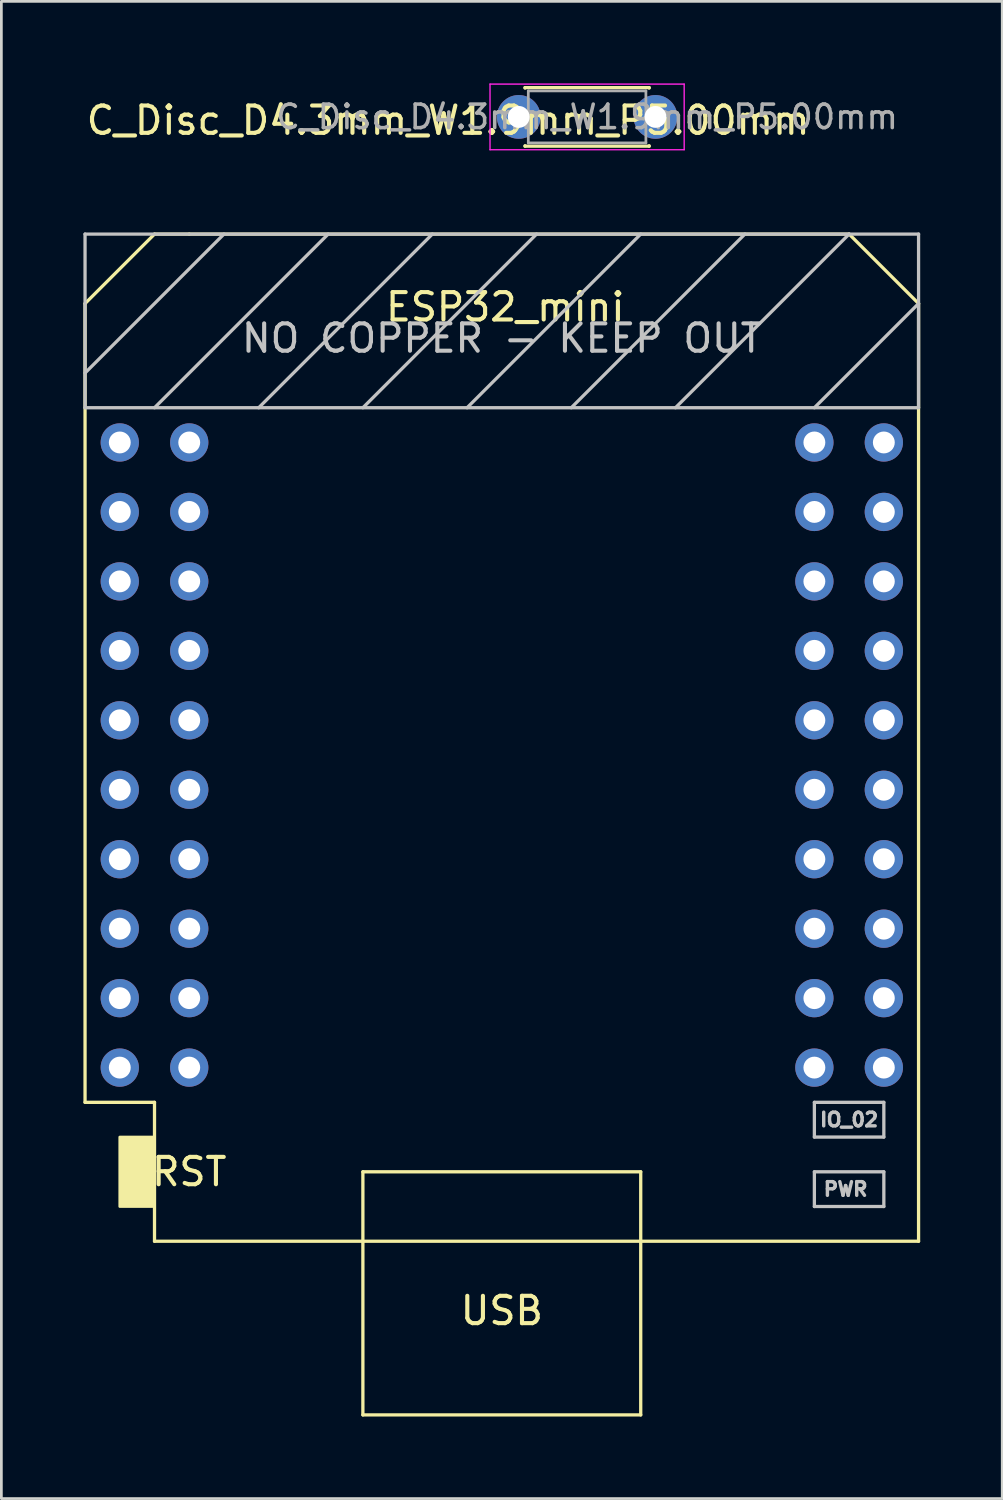
<source format=kicad_pcb>
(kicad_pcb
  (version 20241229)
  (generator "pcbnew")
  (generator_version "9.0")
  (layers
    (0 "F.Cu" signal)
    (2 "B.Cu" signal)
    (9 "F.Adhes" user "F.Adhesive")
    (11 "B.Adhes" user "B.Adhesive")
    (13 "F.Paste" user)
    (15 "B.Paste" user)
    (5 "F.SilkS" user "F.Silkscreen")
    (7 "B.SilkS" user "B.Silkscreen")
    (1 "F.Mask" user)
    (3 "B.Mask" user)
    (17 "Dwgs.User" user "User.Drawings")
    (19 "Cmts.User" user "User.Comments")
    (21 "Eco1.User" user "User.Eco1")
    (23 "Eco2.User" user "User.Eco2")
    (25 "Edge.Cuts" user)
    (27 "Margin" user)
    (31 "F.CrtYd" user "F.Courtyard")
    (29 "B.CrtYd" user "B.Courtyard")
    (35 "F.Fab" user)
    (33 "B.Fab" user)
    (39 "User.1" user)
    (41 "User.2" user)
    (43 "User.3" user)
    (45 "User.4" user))
  (footprint "ESP32_mini"
    (layer "F.Cu")
    (at 15.3 24.56)
    (property "Reference" "ESP32_mini" (at 0.127 -16.383 0) (layer "F.SilkS") (effects (font (size 1 1) (thickness 0.15))))
    (attr through_hole)
    (fp_line (start -15.24 -16.51) (end -15.24 12.7) (stroke (width 0.12) (type solid)) (layer "F.SilkS"))
    (fp_line (start -15.24 12.7) (end -12.7 12.7) (stroke (width 0.12) (type solid)) (layer "F.SilkS"))
    (fp_line (start -12.7 -19.05) (end -15.24 -16.51) (stroke (width 0.12) (type solid)) (layer "F.SilkS"))
    (fp_line (start -12.7 -19.05) (end -11.43 -19.05) (stroke (width 0.12) (type solid)) (layer "F.SilkS"))
    (fp_line (start -12.7 12.7) (end -12.7 17.78) (stroke (width 0.12) (type solid)) (layer "F.SilkS"))
    (fp_line (start -12.7 17.78) (end 15.24 17.78) (stroke (width 0.12) (type solid)) (layer "F.SilkS"))
    (fp_line (start -5.08 15.24) (end 5.08 15.24) (stroke (width 0.12) (type solid)) (layer "F.SilkS"))
    (fp_line (start -5.08 17.78) (end -5.08 15.24) (stroke (width 0.12) (type solid)) (layer "F.SilkS"))
    (fp_line (start -5.08 17.78) (end -5.08 24.13) (stroke (width 0.12) (type solid)) (layer "F.SilkS"))
    (fp_line (start -5.08 24.13) (end 5.08 24.13) (stroke (width 0.12) (type solid)) (layer "F.SilkS"))
    (fp_line (start 5.08 15.24) (end 5.08 17.78) (stroke (width 0.12) (type solid)) (layer "F.SilkS"))
    (fp_line (start 5.08 24.13) (end 5.08 17.78) (stroke (width 0.12) (type solid)) (layer "F.SilkS"))
    (fp_line (start 12.7 -19.05) (end -11.43 -19.05) (stroke (width 0.12) (type solid)) (layer "F.SilkS"))
    (fp_line (start 12.7 -19.05) (end 15.24 -16.51) (stroke (width 0.12) (type solid)) (layer "F.SilkS"))
    (fp_line (start 15.24 -16.51) (end 15.24 17.78) (stroke (width 0.12) (type solid)) (layer "F.SilkS"))
    (fp_poly (pts (xy -13.97 16.51) (xy -13.97 13.97) (xy -12.7 13.97) (xy -12.7 16.51)) (stroke (width 0.1) (type solid)) (fill yes) (layer "F.SilkS"))
    (fp_line (start -15.24 -19.05) (end -15.24 -12.7) (stroke (width 0.12) (type solid)) (layer "Dwgs.User"))
    (fp_line (start -15.24 -12.7) (end 15.24 -12.7) (stroke (width 0.12) (type solid)) (layer "Dwgs.User"))
    (fp_line (start -10.16 -19.05) (end -15.24 -13.97) (stroke (width 0.12) (type solid)) (layer "Dwgs.User"))
    (fp_line (start -6.35 -19.05) (end -12.7 -12.7) (stroke (width 0.12) (type solid)) (layer "Dwgs.User"))
    (fp_line (start -2.54 -19.05) (end -8.89 -12.7) (stroke (width 0.12) (type solid)) (layer "Dwgs.User"))
    (fp_line (start 1.27 -19.05) (end -5.08 -12.7) (stroke (width 0.12) (type solid)) (layer "Dwgs.User"))
    (fp_line (start 5.08 -19.05) (end -1.27 -12.7) (stroke (width 0.12) (type solid)) (layer "Dwgs.User"))
    (fp_line (start 8.89 -19.05) (end 2.54 -12.7) (stroke (width 0.12) (type solid)) (layer "Dwgs.User"))
    (fp_line (start 11.43 12.7) (end 11.43 13.97) (stroke (width 0.12) (type solid)) (layer "Dwgs.User"))
    (fp_line (start 11.43 13.97) (end 13.97 13.97) (stroke (width 0.12) (type solid)) (layer "Dwgs.User"))
    (fp_line (start 11.43 15.24) (end 13.97 15.24) (stroke (width 0.12) (type solid)) (layer "Dwgs.User"))
    (fp_line (start 11.43 16.51) (end 11.43 15.24) (stroke (width 0.12) (type solid)) (layer "Dwgs.User"))
    (fp_line (start 12.7 -19.05) (end 6.35 -12.7) (stroke (width 0.12) (type solid)) (layer "Dwgs.User"))
    (fp_line (start 13.97 12.7) (end 11.43 12.7) (stroke (width 0.12) (type solid)) (layer "Dwgs.User"))
    (fp_line (start 13.97 13.97) (end 13.97 12.7) (stroke (width 0.12) (type solid)) (layer "Dwgs.User"))
    (fp_line (start 13.97 15.24) (end 13.97 16.51) (stroke (width 0.12) (type solid)) (layer "Dwgs.User"))
    (fp_line (start 13.97 16.51) (end 11.43 16.51) (stroke (width 0.12) (type solid)) (layer "Dwgs.User"))
    (fp_line (start 15.24 -19.05) (end -15.24 -19.05) (stroke (width 0.12) (type solid)) (layer "Dwgs.User"))
    (fp_line (start 15.24 -16.51) (end 11.43 -12.7) (stroke (width 0.12) (type solid)) (layer "Dwgs.User"))
    (fp_line (start 15.24 -12.7) (end 15.24 -19.05) (stroke (width 0.12) (type solid)) (layer "Dwgs.User"))
    (fp_text user "RST" (at -11.43 15.24 0) (layer "F.SilkS") (effects (font (size 1 1) (thickness 0.15))))
    (fp_text user "USB" (at 0 20.32 0) (layer "F.SilkS") (effects (font (size 1 1) (thickness 0.15))))
    (fp_text user "PWR" (at 12.573 15.875 0) (layer "Dwgs.User") (effects (font (size 0.5 0.5) (thickness 0.125))))
    (fp_text user "IO_02" (at 12.7 13.335 0) (layer "Dwgs.User") (effects (font (size 0.5 0.5) (thickness 0.125))))
    (fp_text user "NO COPPER - KEEP OUT" (at 0 -15.24 0) (layer "Dwgs.User") (effects (font (size 1 1) (thickness 0.15))))
    (pad "1" thru_hole circle (at -13.97 -11.43 270) (size 1.4 1.4) (drill 0.8) (layers "*.Cu" "*.Mask"))
    (pad "2" thru_hole circle (at -11.43 -11.43 270) (size 1.4 1.4) (drill 0.8) (layers "*.Cu" "*.Mask"))
    (pad "3" thru_hole circle (at -13.97 -8.89 270) (size 1.4 1.4) (drill 0.8) (layers "*.Cu" "*.Mask"))
    (pad "4" thru_hole circle (at -11.43 -8.89 270) (size 1.4 1.4) (drill 0.8) (layers "*.Cu" "*.Mask"))
    (pad "5" thru_hole circle (at -13.97 -6.35 270) (size 1.4 1.4) (drill 0.8) (layers "*.Cu" "*.Mask"))
    (pad "6" thru_hole circle (at -11.43 -6.35 270) (size 1.4 1.4) (drill 0.8) (layers "*.Cu" "*.Mask"))
    (pad "7" thru_hole circle (at -13.97 -3.81 270) (size 1.4 1.4) (drill 0.8) (layers "*.Cu" "*.Mask"))
    (pad "8" thru_hole circle (at -11.43 -3.81 270) (size 1.4 1.4) (drill 0.8) (layers "*.Cu" "*.Mask"))
    (pad "9" thru_hole circle (at -13.97 -1.27 270) (size 1.4 1.4) (drill 0.8) (layers "*.Cu" "*.Mask"))
    (pad "10" thru_hole circle (at -11.43 -1.27 270) (size 1.4 1.4) (drill 0.8) (layers "*.Cu" "*.Mask"))
    (pad "11" thru_hole circle (at -13.97 1.27 270) (size 1.4 1.4) (drill 0.8) (layers "*.Cu" "*.Mask"))
    (pad "12" thru_hole circle (at -11.43 1.27 270) (size 1.4 1.4) (drill 0.8) (layers "*.Cu" "*.Mask"))
    (pad "13" thru_hole circle (at -13.97 3.81 270) (size 1.4 1.4) (drill 0.8) (layers "*.Cu" "*.Mask"))
    (pad "14" thru_hole circle (at -11.43 3.81 270) (size 1.4 1.4) (drill 0.8) (layers "*.Cu" "*.Mask"))
    (pad "15" thru_hole circle (at -13.97 6.35 270) (size 1.4 1.4) (drill 0.8) (layers "*.Cu" "*.Mask"))
    (pad "16" thru_hole circle (at -11.43 6.35 270) (size 1.4 1.4) (drill 0.8) (layers "*.Cu" "*.Mask"))
    (pad "17" thru_hole circle (at -13.97 8.89 270) (size 1.4 1.4) (drill 0.8) (layers "*.Cu" "*.Mask"))
    (pad "18" thru_hole circle (at -11.43 8.89 270) (size 1.4 1.4) (drill 0.8) (layers "*.Cu" "*.Mask"))
    (pad "19" thru_hole circle (at -13.97 11.43 270) (size 1.4 1.4) (drill 0.8) (layers "*.Cu" "*.Mask"))
    (pad "20" thru_hole circle (at -11.43 11.43 270) (size 1.4 1.4) (drill 0.8) (layers "*.Cu" "*.Mask"))
    (pad "21" thru_hole circle (at 11.43 -11.43 270) (size 1.4 1.4) (drill 0.8) (layers "*.Cu" "*.Mask"))
    (pad "22" thru_hole circle (at 13.97 -11.43 270) (size 1.4 1.4) (drill 0.8) (layers "*.Cu" "*.Mask"))
    (pad "23" thru_hole circle (at 11.43 -8.89 270) (size 1.4 1.4) (drill 0.8) (layers "*.Cu" "*.Mask"))
    (pad "24" thru_hole circle (at 13.97 -8.89 270) (size 1.4 1.4) (drill 0.8) (layers "*.Cu" "*.Mask"))
    (pad "25" thru_hole circle (at 11.43 -6.35 270) (size 1.4 1.4) (drill 0.8) (layers "*.Cu" "*.Mask"))
    (pad "26" thru_hole circle (at 13.97 -6.35 270) (size 1.4 1.4) (drill 0.8) (layers "*.Cu" "*.Mask"))
    (pad "27" thru_hole circle (at 11.43 -3.81 270) (size 1.4 1.4) (drill 0.8) (layers "*.Cu" "*.Mask"))
    (pad "28" thru_hole circle (at 13.97 -3.81 270) (size 1.4 1.4) (drill 0.8) (layers "*.Cu" "*.Mask"))
    (pad "29" thru_hole circle (at 11.43 -1.27 270) (size 1.4 1.4) (drill 0.8) (layers "*.Cu" "*.Mask"))
    (pad "30" thru_hole circle (at 13.97 -1.27 270) (size 1.4 1.4) (drill 0.8) (layers "*.Cu" "*.Mask"))
    (pad "31" thru_hole circle (at 11.43 1.27 270) (size 1.4 1.4) (drill 0.8) (layers "*.Cu" "*.Mask"))
    (pad "32" thru_hole circle (at 13.97 1.27 270) (size 1.4 1.4) (drill 0.8) (layers "*.Cu" "*.Mask"))
    (pad "33" thru_hole circle (at 11.43 3.81 270) (size 1.4 1.4) (drill 0.8) (layers "*.Cu" "*.Mask"))
    (pad "34" thru_hole circle (at 13.97 3.81 270) (size 1.4 1.4) (drill 0.8) (layers "*.Cu" "*.Mask"))
    (pad "35" thru_hole circle (at 11.43 6.35 270) (size 1.4 1.4) (drill 0.8) (layers "*.Cu" "*.Mask"))
    (pad "36" thru_hole circle (at 13.97 6.35 270) (size 1.4 1.4) (drill 0.8) (layers "*.Cu" "*.Mask"))
    (pad "37" thru_hole circle (at 11.43 8.89 270) (size 1.4 1.4) (drill 0.8) (layers "*.Cu" "*.Mask"))
    (pad "38" thru_hole circle (at 13.97 8.89 270) (size 1.4 1.4) (drill 0.8) (layers "*.Cu" "*.Mask"))
    (pad "39" thru_hole circle (at 11.43 11.43 270) (size 1.4 1.4) (drill 0.8) (layers "*.Cu" "*.Mask"))
    (pad "40" thru_hole circle (at 13.97 11.43 270) (size 1.4 1.4) (drill 0.8) (layers "*.Cu" "*.Mask")))
  (footprint "C_Disc_D4.3mm_W1.9mm_P5.00mm"
    (layer "F.Cu")
    (at 15.919 1.225)
    (property "Reference" "C_Disc_D4.3mm_W1.9mm_P5.00mm" (at -2.58 0.128 0) (layer "F.SilkS") (effects (font (size 1 1) (thickness 0.15))))
    (attr through_hole)
    (fp_line (start 0.23 -1.07) (end 0.23 -1.055) (stroke (width 0.12) (type solid)) (layer "F.SilkS"))
    (fp_line (start 0.23 -1.07) (end 4.77 -1.07) (stroke (width 0.12) (type solid)) (layer "F.SilkS"))
    (fp_line (start 0.23 1.055) (end 0.23 1.07) (stroke (width 0.12) (type solid)) (layer "F.SilkS"))
    (fp_line (start 0.23 1.07) (end 4.77 1.07) (stroke (width 0.12) (type solid)) (layer "F.SilkS"))
    (fp_line (start 4.77 -1.07) (end 4.77 -1.055) (stroke (width 0.12) (type solid)) (layer "F.SilkS"))
    (fp_line (start 4.77 1.055) (end 4.77 1.07) (stroke (width 0.12) (type solid)) (layer "F.SilkS"))
    (fp_line (start -1.05 -1.2) (end -1.05 1.2) (stroke (width 0.05) (type solid)) (layer "F.CrtYd"))
    (fp_line (start -1.05 1.2) (end 6.05 1.2) (stroke (width 0.05) (type solid)) (layer "F.CrtYd"))
    (fp_line (start 6.05 -1.2) (end -1.05 -1.2) (stroke (width 0.05) (type solid)) (layer "F.CrtYd"))
    (fp_line (start 6.05 1.2) (end 6.05 -1.2) (stroke (width 0.05) (type solid)) (layer "F.CrtYd"))
    (fp_line (start 0.35 -0.95) (end 0.35 0.95) (stroke (width 0.1) (type solid)) (layer "F.Fab"))
    (fp_line (start 0.35 0.95) (end 4.65 0.95) (stroke (width 0.1) (type solid)) (layer "F.Fab"))
    (fp_line (start 4.65 -0.95) (end 0.35 -0.95) (stroke (width 0.1) (type solid)) (layer "F.Fab"))
    (fp_line (start 4.65 0.95) (end 4.65 -0.95) (stroke (width 0.1) (type solid)) (layer "F.Fab"))
    (fp_text user "${REFERENCE}" (at 2.5 0 0) (layer "F.Fab") (effects (font (size 0.86 0.86) (thickness 0.129))))
    (pad "1" thru_hole circle (at 0 0) (size 1.6 1.6) (drill 0.8) (layers "*.Cu" "*.Mask"))
    (pad "2" thru_hole circle (at 5 0) (size 1.6 1.6) (drill 0.8) (layers "*.Cu" "*.Mask")))
  (gr_rect
    (start -3 -3)
    (end 33.6 51.75)
    (stroke (width 0.1) (type default))
    (fill no)
    (layer "Edge.Cuts")))
</source>
